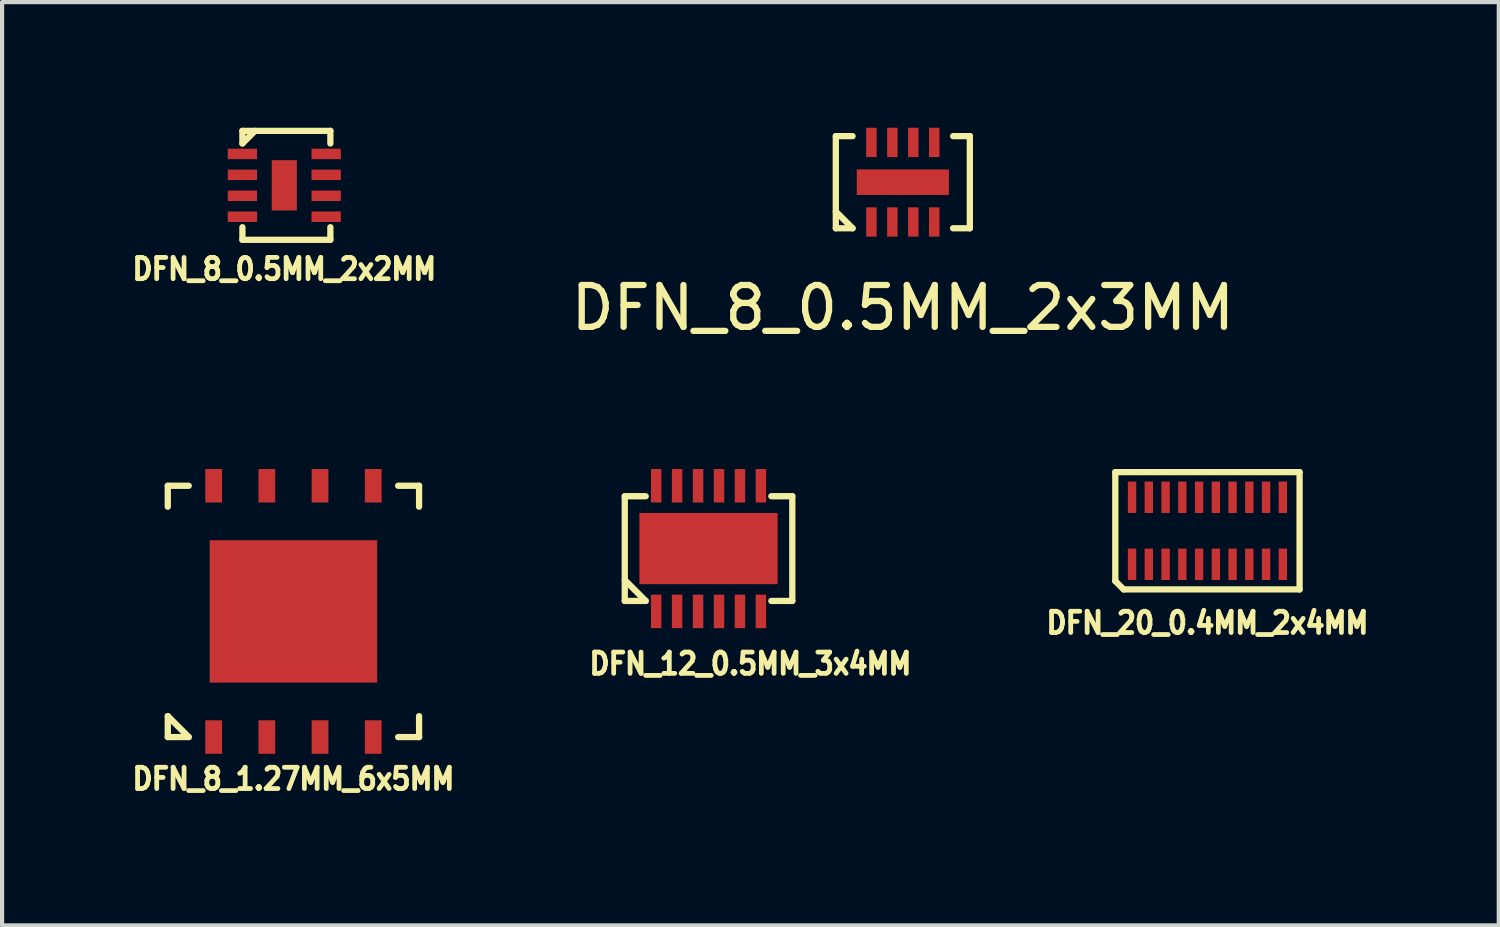
<source format=kicad_pcb>
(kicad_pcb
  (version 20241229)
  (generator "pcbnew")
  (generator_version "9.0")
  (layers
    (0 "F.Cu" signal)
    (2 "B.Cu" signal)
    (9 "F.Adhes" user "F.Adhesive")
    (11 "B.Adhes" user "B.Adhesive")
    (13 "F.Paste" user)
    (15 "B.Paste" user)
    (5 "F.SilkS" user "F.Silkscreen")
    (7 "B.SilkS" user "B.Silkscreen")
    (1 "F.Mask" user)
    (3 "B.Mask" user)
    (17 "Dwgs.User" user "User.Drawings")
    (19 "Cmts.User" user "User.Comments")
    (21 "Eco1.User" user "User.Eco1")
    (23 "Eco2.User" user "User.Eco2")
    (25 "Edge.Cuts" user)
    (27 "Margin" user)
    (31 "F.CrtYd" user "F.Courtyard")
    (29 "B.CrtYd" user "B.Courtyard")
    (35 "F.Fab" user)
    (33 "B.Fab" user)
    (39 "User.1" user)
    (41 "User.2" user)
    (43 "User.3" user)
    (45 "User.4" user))
  (footprint "DFN_20_0.4MM_2x4MM"
    (layer "F.Cu")
    (at 25.779 9.623)
    (property "Reference" "DFN_20_0.4MM_2x4MM" (at 0 2.2 0) (layer "F.SilkS") (effects (font (size 0.508 0.457) (thickness 0.114))))
    (attr through_hole)
    (fp_line (start -2.2 -1.4) (end 2.2 -1.4) (stroke (width 0.15) (type solid)) (layer "F.SilkS"))
    (fp_line (start -2.2 1.2) (end -2.2 -1.4) (stroke (width 0.15) (type solid)) (layer "F.SilkS"))
    (fp_line (start -2 1.4) (end -2.2 1.2) (stroke (width 0.15) (type solid)) (layer "F.SilkS"))
    (fp_line (start 2.2 -1.4) (end 2.2 1.4) (stroke (width 0.15) (type solid)) (layer "F.SilkS"))
    (fp_line (start 2.2 1.4) (end -2 1.4) (stroke (width 0.15) (type solid)) (layer "F.SilkS"))
    (pad "1" smd rect (at -1.8 0.8) (size 0.2 0.75) (layers "F.Cu" "F.Mask" "F.Paste"))
    (pad "2" smd rect (at -1.4 0.8) (size 0.2 0.75) (layers "F.Cu" "F.Mask" "F.Paste"))
    (pad "3" smd rect (at -1 0.8) (size 0.2 0.75) (layers "F.Cu" "F.Mask" "F.Paste"))
    (pad "4" smd rect (at -0.6 0.8) (size 0.2 0.75) (layers "F.Cu" "F.Mask" "F.Paste"))
    (pad "5" smd rect (at -0.2 0.8) (size 0.2 0.75) (layers "F.Cu" "F.Mask" "F.Paste"))
    (pad "6" smd rect (at 0.2 0.8) (size 0.2 0.75) (layers "F.Cu" "F.Mask" "F.Paste"))
    (pad "7" smd rect (at 0.6 0.8) (size 0.2 0.75) (layers "F.Cu" "F.Mask" "F.Paste"))
    (pad "8" smd rect (at 1 0.8) (size 0.2 0.75) (layers "F.Cu" "F.Mask" "F.Paste"))
    (pad "9" smd rect (at 1.4 0.8) (size 0.2 0.75) (layers "F.Cu" "F.Mask" "F.Paste"))
    (pad "10" smd rect (at 1.8 0.8) (size 0.2 0.75) (layers "F.Cu" "F.Mask" "F.Paste"))
    (pad "11" smd rect (at 1.8 -0.8) (size 0.2 0.75) (layers "F.Cu" "F.Mask" "F.Paste"))
    (pad "12" smd rect (at 1.4 -0.8) (size 0.2 0.75) (layers "F.Cu" "F.Mask" "F.Paste"))
    (pad "13" smd rect (at 1 -0.8) (size 0.2 0.75) (layers "F.Cu" "F.Mask" "F.Paste"))
    (pad "14" smd rect (at 0.6 -0.8) (size 0.2 0.75) (layers "F.Cu" "F.Mask" "F.Paste"))
    (pad "15" smd rect (at 0.2 -0.8) (size 0.2 0.75) (layers "F.Cu" "F.Mask" "F.Paste"))
    (pad "16" smd rect (at -0.2 -0.8) (size 0.2 0.75) (layers "F.Cu" "F.Mask" "F.Paste"))
    (pad "17" smd rect (at -0.6 -0.8) (size 0.2 0.75) (layers "F.Cu" "F.Mask" "F.Paste"))
    (pad "18" smd rect (at -1 -0.8) (size 0.2 0.75) (layers "F.Cu" "F.Mask" "F.Paste"))
    (pad "19" smd rect (at -1.4 -0.8) (size 0.2 0.75) (layers "F.Cu" "F.Mask" "F.Paste"))
    (pad "20" smd rect (at -1.8 -0.8) (size 0.2 0.75) (layers "F.Cu" "F.Mask" "F.Paste")))
  (footprint "DFN_8_0.5MM_2x2MM"
    (layer "F.Cu")
    (at 3.738 1.375)
    (property "Reference" "DFN_8_0.5MM_2x2MM" (at 0 2 0) (layer "F.SilkS") (effects (font (size 0.508 0.457) (thickness 0.114))))
    (attr through_hole)
    (fp_line (start -1 -1.3) (end 1.1 -1.3) (stroke (width 0.15) (type solid)) (layer "F.SilkS"))
    (fp_line (start -1 -1) (end -1 -1.3) (stroke (width 0.15) (type solid)) (layer "F.SilkS"))
    (fp_line (start -1 -1) (end -0.7 -1.3) (stroke (width 0.15) (type solid)) (layer "F.SilkS"))
    (fp_line (start -1 1) (end -1 1.3) (stroke (width 0.15) (type solid)) (layer "F.SilkS"))
    (fp_line (start -1 1.3) (end 1.1 1.3) (stroke (width 0.15) (type solid)) (layer "F.SilkS"))
    (fp_line (start 1.1 -1.3) (end 1.1 -1) (stroke (width 0.15) (type solid)) (layer "F.SilkS"))
    (fp_line (start 1.1 1.3) (end 1.1 1) (stroke (width 0.15) (type solid)) (layer "F.SilkS"))
    (pad "1" smd rect (at -1 -0.75) (size 0.7 0.25) (layers "F.Cu" "F.Mask" "F.Paste"))
    (pad "2" smd rect (at -1 -0.25) (size 0.7 0.25) (layers "F.Cu" "F.Mask" "F.Paste"))
    (pad "3" smd rect (at -1 0.25) (size 0.7 0.25) (layers "F.Cu" "F.Mask" "F.Paste"))
    (pad "4" smd rect (at -1 0.75) (size 0.7 0.25) (layers "F.Cu" "F.Mask" "F.Paste"))
    (pad "5" smd rect (at 1 0.75) (size 0.7 0.25) (layers "F.Cu" "F.Mask" "F.Paste"))
    (pad "6" smd rect (at 1 0.25) (size 0.7 0.25) (layers "F.Cu" "F.Mask" "F.Paste"))
    (pad "7" smd rect (at 1 -0.25) (size 0.7 0.25) (layers "F.Cu" "F.Mask" "F.Paste"))
    (pad "8" smd rect (at 1 -0.75) (size 0.7 0.25) (layers "F.Cu" "F.Mask" "F.Paste"))
    (pad "PAD" smd rect (at 0 0) (size 0.6 1.2) (layers "F.Cu" "F.Mask" "F.Paste")))
  (footprint "DFN_12_0.5MM_3x4MM"
    (layer "F.Cu")
    (at 13.867 10.048)
    (property "Reference" "DFN_12_0.5MM_3x4MM" (at 1 2.75 0) (layer "F.SilkS") (effects (font (size 0.508 0.457) (thickness 0.114))))
    (attr through_hole)
    (fp_line (start -2 -1.25) (end -2 1.25) (stroke (width 0.15) (type solid)) (layer "F.SilkS"))
    (fp_line (start -2 1.25) (end -1.5 1.25) (stroke (width 0.15) (type solid)) (layer "F.SilkS"))
    (fp_line (start -1.5 -1.25) (end -2 -1.25) (stroke (width 0.15) (type solid)) (layer "F.SilkS"))
    (fp_line (start -1.5 1.25) (end -2 0.75) (stroke (width 0.15) (type solid)) (layer "F.SilkS"))
    (fp_line (start 1.5 -1.25) (end 2 -1.25) (stroke (width 0.15) (type solid)) (layer "F.SilkS"))
    (fp_line (start 2 -1.25) (end 2 1.25) (stroke (width 0.15) (type solid)) (layer "F.SilkS"))
    (fp_line (start 2 1.25) (end 1.5 1.25) (stroke (width 0.15) (type solid)) (layer "F.SilkS"))
    (pad "1" smd rect (at -1.25 1.5) (size 0.25 0.8) (layers "F.Cu" "F.Mask" "F.Paste"))
    (pad "2" smd rect (at -0.75 1.5) (size 0.25 0.8) (layers "F.Cu" "F.Mask" "F.Paste"))
    (pad "3" smd rect (at -0.25 1.5) (size 0.25 0.8) (layers "F.Cu" "F.Mask" "F.Paste"))
    (pad "4" smd rect (at 0.25 1.5) (size 0.25 0.8) (layers "F.Cu" "F.Mask" "F.Paste"))
    (pad "5" smd rect (at 0.75 1.5) (size 0.25 0.8) (layers "F.Cu" "F.Mask" "F.Paste"))
    (pad "6" smd rect (at 1.25 1.5) (size 0.25 0.8) (layers "F.Cu" "F.Mask" "F.Paste"))
    (pad "7" smd rect (at 1.25 -1.5) (size 0.25 0.8) (layers "F.Cu" "F.Mask" "F.Paste"))
    (pad "8" smd rect (at 0.75 -1.5) (size 0.25 0.8) (layers "F.Cu" "F.Mask" "F.Paste"))
    (pad "9" smd rect (at 0.25 -1.5) (size 0.25 0.8) (layers "F.Cu" "F.Mask" "F.Paste"))
    (pad "10" smd rect (at -0.25 -1.5) (size 0.25 0.8) (layers "F.Cu" "F.Mask" "F.Paste"))
    (pad "11" smd rect (at -0.75 -1.5) (size 0.25 0.8) (layers "F.Cu" "F.Mask" "F.Paste"))
    (pad "12" smd rect (at -1.25 -1.5) (size 0.25 0.8) (layers "F.Cu" "F.Mask" "F.Paste"))
    (pad "PAD" smd rect (at -1.2 -0.4) (size 0.75 0.75) (layers "F.Cu" "F.Paste"))
    (pad "PAD" smd rect (at -1.2 0.4) (size 0.75 0.75) (layers "F.Cu" "F.Paste"))
    (pad "PAD" smd rect (at -0.4 -0.4) (size 0.75 0.75) (layers "F.Cu" "F.Paste"))
    (pad "PAD" smd rect (at -0.4 0.4) (size 0.75 0.75) (layers "F.Cu" "F.Paste"))
    (pad "PAD" smd rect (at 0 0) (size 3.3 1.7) (layers "F.Cu" "F.Mask"))
    (pad "PAD" smd rect (at 0.4 -0.4) (size 0.75 0.75) (layers "F.Cu" "F.Paste"))
    (pad "PAD" smd rect (at 0.4 0.4) (size 0.75 0.75) (layers "F.Cu" "F.Paste"))
    (pad "PAD" smd rect (at 1.2 -0.4) (size 0.75 0.75) (layers "F.Cu" "F.Paste"))
    (pad "PAD" smd rect (at 1.2 0.4) (size 0.75 0.75) (layers "F.Cu" "F.Paste")))
  (footprint "DFN_8_1.27MM_6x5MM"
    (layer "F.Cu")
    (at 3.956 11.548)
    (property "Reference" "DFN_8_1.27MM_6x5MM" (at 0 4 0) (layer "F.SilkS") (effects (font (size 0.508 0.457) (thickness 0.114))))
    (attr through_hole)
    (fp_line (start -3 -3) (end -3 -2.5) (stroke (width 0.15) (type solid)) (layer "F.SilkS"))
    (fp_line (start -3 2.5) (end -3 3) (stroke (width 0.15) (type solid)) (layer "F.SilkS"))
    (fp_line (start -3 3) (end -2.5 3) (stroke (width 0.15) (type solid)) (layer "F.SilkS"))
    (fp_line (start -2.5 -3) (end -3 -3) (stroke (width 0.15) (type solid)) (layer "F.SilkS"))
    (fp_line (start -2.5 3) (end -3 2.5) (stroke (width 0.15) (type solid)) (layer "F.SilkS"))
    (fp_line (start 2.5 -3) (end 3 -3) (stroke (width 0.15) (type solid)) (layer "F.SilkS"))
    (fp_line (start 2.5 3) (end 3 3) (stroke (width 0.15) (type solid)) (layer "F.SilkS"))
    (fp_line (start 3 -3) (end 3 -2.5) (stroke (width 0.15) (type solid)) (layer "F.SilkS"))
    (fp_line (start 3 3) (end 3 2.5) (stroke (width 0.15) (type solid)) (layer "F.SilkS"))
    (pad "1" smd rect (at -1.905 3) (size 0.4 0.8) (layers "F.Cu" "F.Mask" "F.Paste"))
    (pad "2" smd rect (at -0.635 3) (size 0.4 0.8) (layers "F.Cu" "F.Mask" "F.Paste"))
    (pad "3" smd rect (at 0.635 3) (size 0.4 0.8) (layers "F.Cu" "F.Mask" "F.Paste"))
    (pad "4" smd rect (at 1.905 3) (size 0.4 0.8) (layers "F.Cu" "F.Mask" "F.Paste"))
    (pad "5" smd rect (at 1.905 -3) (size 0.4 0.8) (layers "F.Cu" "F.Mask" "F.Paste"))
    (pad "6" smd rect (at 0.635 -3) (size 0.4 0.8) (layers "F.Cu" "F.Mask" "F.Paste"))
    (pad "7" smd rect (at -0.635 -3) (size 0.4 0.8) (layers "F.Cu" "F.Mask" "F.Paste"))
    (pad "8" smd rect (at -1.905 -3) (size 0.4 0.8) (layers "F.Cu" "F.Mask" "F.Paste"))
    (pad "PAD" smd rect (at -1.5 -1.25) (size 0.5 0.5) (layers "F.Cu" "F.Paste"))
    (pad "PAD" smd rect (at -1.5 -0.5) (size 0.5 0.5) (layers "F.Cu" "F.Paste"))
    (pad "PAD" smd rect (at -1.5 0.25) (size 0.5 0.5) (layers "F.Cu" "F.Paste"))
    (pad "PAD" smd rect (at -1.5 1) (size 0.5 0.5) (layers "F.Cu" "F.Paste"))
    (pad "PAD" smd rect (at -0.75 -1.25) (size 0.5 0.5) (layers "F.Cu" "F.Paste"))
    (pad "PAD" smd rect (at -0.75 -0.5) (size 0.5 0.5) (layers "F.Cu" "F.Paste"))
    (pad "PAD" smd rect (at -0.75 0.25) (size 0.5 0.5) (layers "F.Cu" "F.Paste"))
    (pad "PAD" smd rect (at -0.75 1) (size 0.5 0.5) (layers "F.Cu" "F.Paste"))
    (pad "PAD" smd rect (at 0 -1.25) (size 0.5 0.5) (layers "F.Cu" "F.Paste"))
    (pad "PAD" smd rect (at 0 -0.5) (size 0.5 0.5) (layers "F.Cu" "F.Paste"))
    (pad "PAD" smd rect (at 0 0) (size 4 3.4) (layers "F.Cu" "F.Mask"))
    (pad "PAD" smd rect (at 0 0.25) (size 0.5 0.5) (layers "F.Cu" "F.Paste"))
    (pad "PAD" smd rect (at 0 1) (size 0.5 0.5) (layers "F.Cu" "F.Paste"))
    (pad "PAD" smd rect (at 0.75 -1.25) (size 0.5 0.5) (layers "F.Cu" "F.Paste"))
    (pad "PAD" smd rect (at 0.75 -0.5) (size 0.5 0.5) (layers "F.Cu" "F.Paste"))
    (pad "PAD" smd rect (at 0.75 0.25) (size 0.5 0.5) (layers "F.Cu" "F.Paste"))
    (pad "PAD" smd rect (at 0.75 1) (size 0.5 0.5) (layers "F.Cu" "F.Paste"))
    (pad "PAD" smd rect (at 1.5 -1.25) (size 0.5 0.5) (layers "F.Cu" "F.Paste"))
    (pad "PAD" smd rect (at 1.5 -0.5) (size 0.5 0.5) (layers "F.Cu" "F.Paste"))
    (pad "PAD" smd rect (at 1.5 0.25) (size 0.5 0.5) (layers "F.Cu" "F.Paste"))
    (pad "PAD" smd rect (at 1.5 1) (size 0.5 0.5) (layers "F.Cu" "F.Paste")))
  (footprint "DFN_8_0.5MM_2x3MM"
    (layer "F.Cu")
    (at 18.506 1.3)
    (property "Reference" "DFN_8_0.5MM_2x3MM" (at 0 3 0) (layer "F.SilkS") (effects (font (size 1 1) (thickness 0.15))))
    (attr through_hole)
    (fp_line (start -1.6 -1.1) (end -1.6 1.1) (stroke (width 0.15) (type solid)) (layer "F.SilkS"))
    (fp_line (start -1.6 -1.1) (end -1.2 -1.1) (stroke (width 0.15) (type solid)) (layer "F.SilkS"))
    (fp_line (start -1.6 1.1) (end -1.2 1.1) (stroke (width 0.15) (type solid)) (layer "F.SilkS"))
    (fp_line (start -1.2 1.1) (end -1.6 0.7) (stroke (width 0.15) (type solid)) (layer "F.SilkS"))
    (fp_line (start 1.2 -1.1) (end 1.6 -1.1) (stroke (width 0.15) (type solid)) (layer "F.SilkS"))
    (fp_line (start 1.6 -1.1) (end 1.6 1.1) (stroke (width 0.15) (type solid)) (layer "F.SilkS"))
    (fp_line (start 1.6 1.1) (end 1.2 1.1) (stroke (width 0.15) (type solid)) (layer "F.SilkS"))
    (pad "1" smd rect (at -0.75 0.95) (size 0.25 0.7) (layers "F.Cu" "F.Mask" "F.Paste"))
    (pad "2" smd rect (at -0.25 0.95) (size 0.25 0.7) (layers "F.Cu" "F.Mask" "F.Paste"))
    (pad "3" smd rect (at 0.25 0.95) (size 0.25 0.7) (layers "F.Cu" "F.Mask" "F.Paste"))
    (pad "4" smd rect (at 0.75 0.95) (size 0.25 0.7) (layers "F.Cu" "F.Mask" "F.Paste"))
    (pad "5" smd rect (at 0.75 -0.95) (size 0.25 0.7) (layers "F.Cu" "F.Mask" "F.Paste"))
    (pad "6" smd rect (at 0.25 -0.95) (size 0.25 0.7) (layers "F.Cu" "F.Mask" "F.Paste"))
    (pad "7" smd rect (at -0.25 -0.95) (size 0.25 0.7) (layers "F.Cu" "F.Mask" "F.Paste"))
    (pad "8" smd rect (at -0.75 -0.95) (size 0.25 0.7) (layers "F.Cu" "F.Mask" "F.Paste"))
    (pad "PAD" smd rect (at 0 0) (size 2.2 0.61) (layers "F.Cu" "F.Mask" "F.Paste")))
  (gr_rect
    (start -3 -3)
    (end 32.735 19.046)
    (stroke (width 0.1) (type default))
    (fill no)
    (layer "Edge.Cuts")))
</source>
